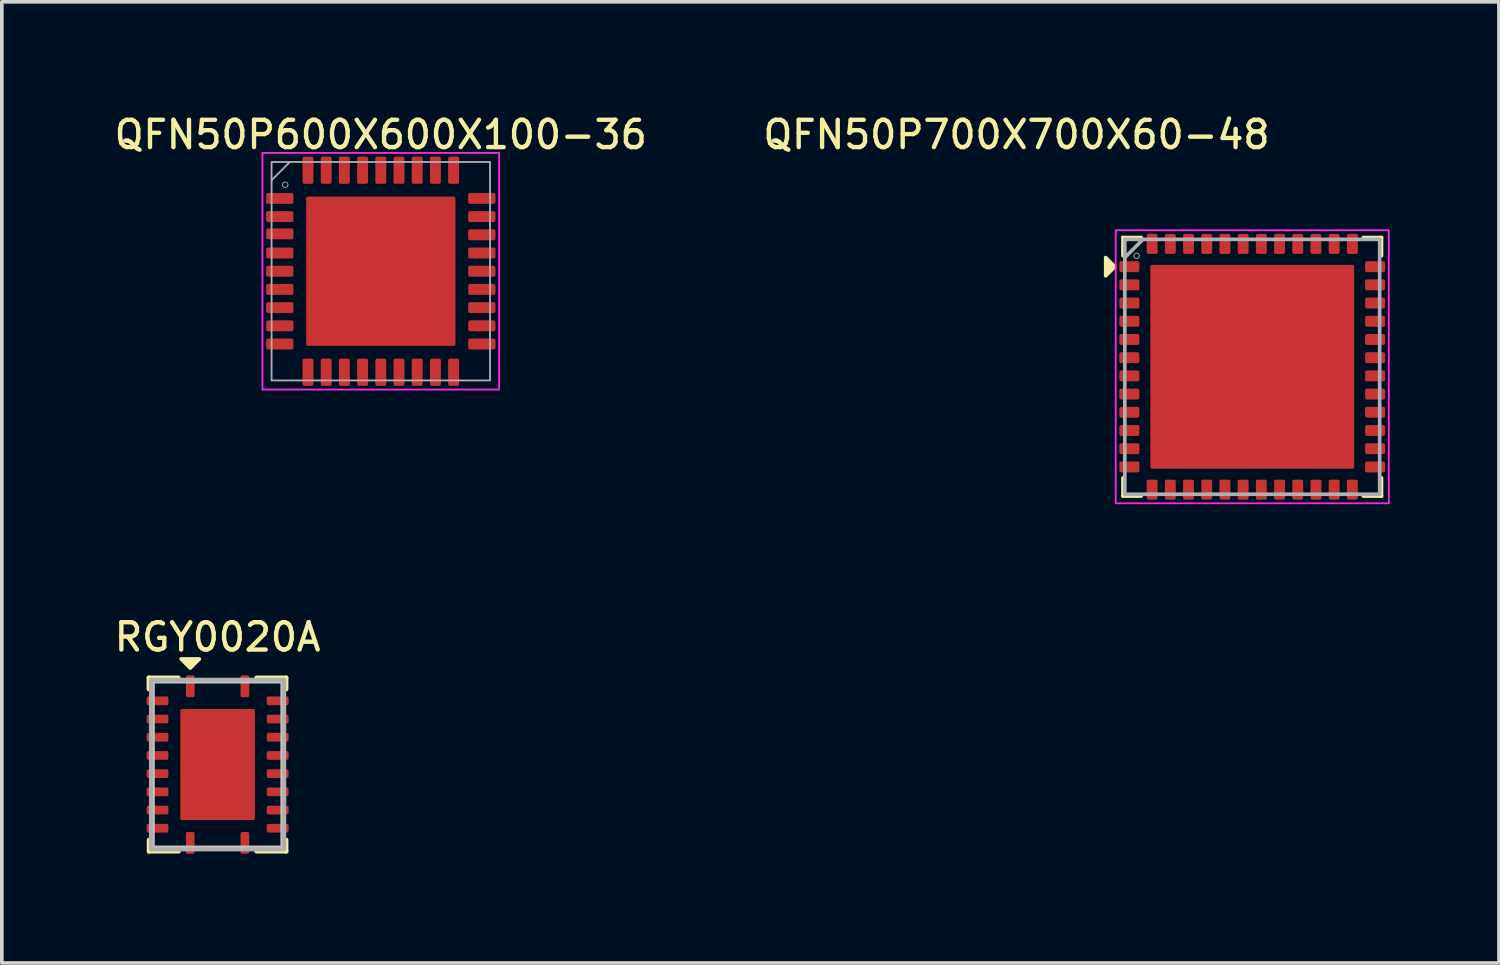
<source format=kicad_pcb>
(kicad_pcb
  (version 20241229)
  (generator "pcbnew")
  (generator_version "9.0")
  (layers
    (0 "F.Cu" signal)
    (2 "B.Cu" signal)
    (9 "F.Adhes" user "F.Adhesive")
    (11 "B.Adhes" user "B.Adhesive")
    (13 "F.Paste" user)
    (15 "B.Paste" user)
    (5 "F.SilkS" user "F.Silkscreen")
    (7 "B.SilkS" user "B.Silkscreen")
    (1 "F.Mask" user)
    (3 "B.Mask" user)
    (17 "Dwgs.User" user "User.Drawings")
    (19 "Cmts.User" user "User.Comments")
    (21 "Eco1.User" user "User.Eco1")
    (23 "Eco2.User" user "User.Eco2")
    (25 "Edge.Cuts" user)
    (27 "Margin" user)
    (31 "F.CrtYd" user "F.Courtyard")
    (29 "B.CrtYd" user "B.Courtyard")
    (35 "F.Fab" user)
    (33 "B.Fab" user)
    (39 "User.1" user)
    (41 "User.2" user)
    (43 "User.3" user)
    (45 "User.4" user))
  (footprint "RGY0020A"
    (layer "F.Cu")
    (at 2.926 17.949)
    (property "Reference" "RGY0020A" (at 0 -3.5 0) (unlocked yes) (layer "F.SilkS") (effects (font (size 0.75 0.75) (thickness 0.12))))
    (attr smd)
    (fp_line (start -1.89 -2.385) (end -1.89 -2.07) (stroke (width 0.12) (type default)) (layer "F.SilkS"))
    (fp_line (start -1.885 2.385) (end -1.885 2.07) (stroke (width 0.12) (type default)) (layer "F.SilkS"))
    (fp_line (start -1.075 -2.385) (end -1.89 -2.385) (stroke (width 0.12) (type default)) (layer "F.SilkS"))
    (fp_line (start -1.07 2.385) (end -1.885 2.385) (stroke (width 0.12) (type default)) (layer "F.SilkS"))
    (fp_line (start 1.07 -2.385) (end 1.885 -2.385) (stroke (width 0.12) (type default)) (layer "F.SilkS"))
    (fp_line (start 1.07 2.385) (end 1.885 2.385) (stroke (width 0.12) (type default)) (layer "F.SilkS"))
    (fp_line (start 1.885 -2.385) (end 1.885 -2.07) (stroke (width 0.12) (type default)) (layer "F.SilkS"))
    (fp_line (start 1.885 2.385) (end 1.885 2.07) (stroke (width 0.12) (type default)) (layer "F.SilkS"))
    (fp_poly (pts (xy -0.75 -2.65) (xy -1 -2.9) (xy -0.5 -2.9)) (stroke (width 0.1) (type solid)) (fill yes) (layer "F.SilkS"))
    (fp_rect (start -1.75 -2.25) (end 1.75 2.25) (stroke (width 0.05) (type default)) (fill no) (layer "Dwgs.User"))
    (fp_rect (start -1.825 -2.325) (end 1.825 2.325) (stroke (width 0.12) (type default)) (fill no) (layer "F.Fab"))
    (pad "1" smd roundrect (at -0.75 -2.15 90) (size 0.6 0.24) (layers "F.Cu" "F.Mask" "F.Paste") (roundrect_rratio 0.208))
    (pad "2" smd roundrect (at -1.65 -1.75) (size 0.6 0.24) (layers "F.Cu" "F.Mask" "F.Paste") (roundrect_rratio 0.208))
    (pad "3" smd roundrect (at -1.65 -1.25) (size 0.6 0.24) (layers "F.Cu" "F.Mask" "F.Paste") (roundrect_rratio 0.208))
    (pad "4" smd roundrect (at -1.65 -0.75) (size 0.6 0.24) (layers "F.Cu" "F.Mask" "F.Paste") (roundrect_rratio 0.208))
    (pad "5" smd roundrect (at -1.65 -0.25) (size 0.6 0.24) (layers "F.Cu" "F.Mask" "F.Paste") (roundrect_rratio 0.208))
    (pad "6" smd roundrect (at -1.65 0.25) (size 0.6 0.24) (layers "F.Cu" "F.Mask" "F.Paste") (roundrect_rratio 0.208))
    (pad "7" smd roundrect (at -1.65 0.75) (size 0.6 0.24) (layers "F.Cu" "F.Mask" "F.Paste") (roundrect_rratio 0.208))
    (pad "8" smd roundrect (at -1.65 1.25) (size 0.6 0.24) (layers "F.Cu" "F.Mask" "F.Paste") (roundrect_rratio 0.208))
    (pad "9" smd roundrect (at -1.65 1.75) (size 0.6 0.24) (layers "F.Cu" "F.Mask" "F.Paste") (roundrect_rratio 0.208))
    (pad "10" smd roundrect (at -0.75 2.15 90) (size 0.6 0.24) (layers "F.Cu" "F.Mask" "F.Paste") (roundrect_rratio 0.208))
    (pad "11" smd roundrect (at 0.75 2.15 90) (size 0.6 0.24) (layers "F.Cu" "F.Mask" "F.Paste") (roundrect_rratio 0.208))
    (pad "12" smd roundrect (at 1.65 1.75) (size 0.6 0.24) (layers "F.Cu" "F.Mask" "F.Paste") (roundrect_rratio 0.208))
    (pad "13" smd roundrect (at 1.65 1.25) (size 0.6 0.24) (layers "F.Cu" "F.Mask" "F.Paste") (roundrect_rratio 0.208))
    (pad "14" smd roundrect (at 1.65 0.75) (size 0.6 0.24) (layers "F.Cu" "F.Mask" "F.Paste") (roundrect_rratio 0.208))
    (pad "15" smd roundrect (at 1.65 0.25) (size 0.6 0.24) (layers "F.Cu" "F.Mask" "F.Paste") (roundrect_rratio 0.208))
    (pad "16" smd roundrect (at 1.65 -0.25) (size 0.6 0.24) (layers "F.Cu" "F.Mask" "F.Paste") (roundrect_rratio 0.208))
    (pad "17" smd roundrect (at 1.65 -0.75) (size 0.6 0.24) (layers "F.Cu" "F.Mask" "F.Paste") (roundrect_rratio 0.208))
    (pad "18" smd roundrect (at 1.65 -1.25) (size 0.6 0.24) (layers "F.Cu" "F.Mask" "F.Paste") (roundrect_rratio 0.208))
    (pad "19" smd roundrect (at 1.65 -1.75) (size 0.6 0.24) (layers "F.Cu" "F.Mask" "F.Paste") (roundrect_rratio 0.208))
    (pad "20" smd roundrect (at 0.75 -2.15 90) (size 0.6 0.24) (layers "F.Cu" "F.Mask" "F.Paste") (roundrect_rratio 0.208))
    (pad "21" smd roundrect (at 0 0 180) (size 2.05 3.05) (layers "F.Cu" "F.Mask" "F.Paste") (roundrect_rratio 0.024)))
  (footprint "QFN50P600X600X100-36"
    (layer "F.Cu")
    (at 7.409 4.399)
    (property "Reference" "QFN50P600X600X100-36" (at 0 -3.75 0) (unlocked yes) (layer "F.SilkS") (effects (font (size 0.75 0.75) (thickness 0.12))))
    (attr smd)
    (fp_rect (start -3.25 -3.25) (end 3.25 3.25) (stroke (width 0.05) (type default)) (fill no) (layer "F.CrtYd"))
    (fp_line (start -2.5 -3) (end -3 -2.5) (stroke (width 0.05) (type solid)) (layer "F.Fab"))
    (fp_rect (start -3 -3) (end 3 3) (stroke (width 0.05) (type solid)) (fill no) (layer "F.Fab"))
    (fp_circle (center -2.625 -2.375) (end -2.549 -2.375) (stroke (width 0.025) (type solid)) (fill no) (layer "F.Fab"))
    (pad "1" smd roundrect (at -2.775 -2) (size 0.75 0.3) (layers "F.Cu" "F.Mask" "F.Paste") (roundrect_rratio 0.167))
    (pad "2" smd roundrect (at -2.775 -1.5) (size 0.75 0.3) (layers "F.Cu" "F.Mask" "F.Paste") (roundrect_rratio 0.167))
    (pad "3" smd roundrect (at -2.775 -1.025) (size 0.75 0.3) (layers "F.Cu" "F.Mask" "F.Paste") (roundrect_rratio 0.167))
    (pad "4" smd roundrect (at -2.775 -0.5) (size 0.75 0.3) (layers "F.Cu" "F.Mask" "F.Paste") (roundrect_rratio 0.167))
    (pad "5" smd roundrect (at -2.775 0) (size 0.75 0.3) (layers "F.Cu" "F.Mask" "F.Paste") (roundrect_rratio 0.167))
    (pad "6" smd roundrect (at -2.775 0.5) (size 0.75 0.3) (layers "F.Cu" "F.Mask" "F.Paste") (roundrect_rratio 0.167))
    (pad "7" smd roundrect (at -2.775 1) (size 0.75 0.3) (layers "F.Cu" "F.Mask" "F.Paste") (roundrect_rratio 0.167))
    (pad "8" smd roundrect (at -2.775 1.5) (size 0.75 0.3) (layers "F.Cu" "F.Mask" "F.Paste") (roundrect_rratio 0.167))
    (pad "9" smd roundrect (at -2.775 2) (size 0.75 0.3) (layers "F.Cu" "F.Mask" "F.Paste") (roundrect_rratio 0.167))
    (pad "10" smd roundrect (at -2 2.775 90) (size 0.75 0.3) (layers "F.Cu" "F.Mask" "F.Paste") (roundrect_rratio 0.167))
    (pad "11" smd roundrect (at -1.5 2.775 90) (size 0.75 0.3) (layers "F.Cu" "F.Mask" "F.Paste") (roundrect_rratio 0.167))
    (pad "12" smd roundrect (at -1 2.775 90) (size 0.75 0.3) (layers "F.Cu" "F.Mask" "F.Paste") (roundrect_rratio 0.167))
    (pad "13" smd roundrect (at -0.5 2.775 90) (size 0.75 0.3) (layers "F.Cu" "F.Mask" "F.Paste") (roundrect_rratio 0.167))
    (pad "14" smd roundrect (at 0 2.775 90) (size 0.75 0.3) (layers "F.Cu" "F.Mask" "F.Paste") (roundrect_rratio 0.167))
    (pad "15" smd roundrect (at 0.5 2.775 90) (size 0.75 0.3) (layers "F.Cu" "F.Mask" "F.Paste") (roundrect_rratio 0.167))
    (pad "16" smd roundrect (at 1 2.775 90) (size 0.75 0.3) (layers "F.Cu" "F.Mask" "F.Paste") (roundrect_rratio 0.167))
    (pad "17" smd roundrect (at 1.5 2.775 90) (size 0.75 0.3) (layers "F.Cu" "F.Mask" "F.Paste") (roundrect_rratio 0.167))
    (pad "18" smd roundrect (at 2 2.775 90) (size 0.75 0.3) (layers "F.Cu" "F.Mask" "F.Paste") (roundrect_rratio 0.167))
    (pad "19" smd roundrect (at 2.775 2 180) (size 0.75 0.3) (layers "F.Cu" "F.Mask" "F.Paste") (roundrect_rratio 0.167))
    (pad "20" smd roundrect (at 2.775 1.5 180) (size 0.75 0.3) (layers "F.Cu" "F.Mask" "F.Paste") (roundrect_rratio 0.167))
    (pad "21" smd roundrect (at 2.775 1 180) (size 0.75 0.3) (layers "F.Cu" "F.Mask" "F.Paste") (roundrect_rratio 0.167))
    (pad "22" smd roundrect (at 2.775 0.5 180) (size 0.75 0.3) (layers "F.Cu" "F.Mask" "F.Paste") (roundrect_rratio 0.167))
    (pad "23" smd roundrect (at 2.775 0 180) (size 0.75 0.3) (layers "F.Cu" "F.Mask" "F.Paste") (roundrect_rratio 0.167))
    (pad "24" smd roundrect (at 2.775 -0.5 180) (size 0.75 0.3) (layers "F.Cu" "F.Mask" "F.Paste") (roundrect_rratio 0.167))
    (pad "25" smd roundrect (at 2.775 -1 180) (size 0.75 0.3) (layers "F.Cu" "F.Mask" "F.Paste") (roundrect_rratio 0.167))
    (pad "26" smd roundrect (at 2.775 -1.5 180) (size 0.75 0.3) (layers "F.Cu" "F.Mask" "F.Paste") (roundrect_rratio 0.167))
    (pad "27" smd roundrect (at 2.775 -2 180) (size 0.75 0.3) (layers "F.Cu" "F.Mask" "F.Paste") (roundrect_rratio 0.167))
    (pad "28" smd roundrect (at 2 -2.775 270) (size 0.75 0.3) (layers "F.Cu" "F.Mask" "F.Paste") (roundrect_rratio 0.167))
    (pad "29" smd roundrect (at 1.5 -2.775 270) (size 0.75 0.3) (layers "F.Cu" "F.Mask" "F.Paste") (roundrect_rratio 0.167))
    (pad "30" smd roundrect (at 1 -2.775 270) (size 0.75 0.3) (layers "F.Cu" "F.Mask" "F.Paste") (roundrect_rratio 0.167))
    (pad "31" smd roundrect (at 0.5 -2.775 270) (size 0.75 0.3) (layers "F.Cu" "F.Mask" "F.Paste") (roundrect_rratio 0.167))
    (pad "32" smd roundrect (at 0 -2.775 270) (size 0.75 0.3) (layers "F.Cu" "F.Mask" "F.Paste") (roundrect_rratio 0.167))
    (pad "33" smd roundrect (at -0.5 -2.775 270) (size 0.75 0.3) (layers "F.Cu" "F.Mask" "F.Paste") (roundrect_rratio 0.167))
    (pad "34" smd roundrect (at -1 -2.775 270) (size 0.75 0.3) (layers "F.Cu" "F.Mask" "F.Paste") (roundrect_rratio 0.167))
    (pad "35" smd roundrect (at -1.5 -2.775 270) (size 0.75 0.3) (layers "F.Cu" "F.Mask" "F.Paste") (roundrect_rratio 0.167))
    (pad "36" smd roundrect (at -2 -2.775 270) (size 0.75 0.3) (layers "F.Cu" "F.Mask" "F.Paste") (roundrect_rratio 0.167))
    (pad "37" smd roundrect (at 0 0) (size 4.1 4.1) (layers "F.Cu" "F.Mask" "F.Paste") (roundrect_rratio 0.012)))
  (footprint "QFN50P700X700X60-48"
    (layer "F.Cu")
    (at 31.344 7.024)
    (property "Reference" "QFN50P700X700X60-48" (at -6.475 -6.375 0) (unlocked yes) (layer "F.SilkS") (effects (font (size 0.75 0.75) (thickness 0.12))))
    (attr smd)
    (fp_line (start -3.55 -3.55) (end -3.55 -3.05) (stroke (width 0.1) (type default)) (layer "F.SilkS"))
    (fp_line (start -3.55 -3.55) (end -3.05 -3.55) (stroke (width 0.1) (type default)) (layer "F.SilkS"))
    (fp_line (start -3.55 3.55) (end -3.55 3.05) (stroke (width 0.1) (type default)) (layer "F.SilkS"))
    (fp_line (start -3.55 3.55) (end -3.05 3.55) (stroke (width 0.1) (type default)) (layer "F.SilkS"))
    (fp_line (start 3.55 -3.55) (end 3.05 -3.55) (stroke (width 0.1) (type default)) (layer "F.SilkS"))
    (fp_line (start 3.55 -3.55) (end 3.55 -3.05) (stroke (width 0.1) (type default)) (layer "F.SilkS"))
    (fp_line (start 3.55 3.55) (end 3.05 3.55) (stroke (width 0.1) (type default)) (layer "F.SilkS"))
    (fp_line (start 3.55 3.55) (end 3.55 3.05) (stroke (width 0.1) (type default)) (layer "F.SilkS"))
    (fp_poly (pts (xy -3.775 -2.75) (xy -4.025 -2.5) (xy -4.025 -3)) (stroke (width 0.1) (type solid)) (fill yes) (layer "F.SilkS"))
    (fp_rect (start -3.75 -3.75) (end 3.75 3.75) (stroke (width 0.05) (type solid)) (fill no) (layer "F.CrtYd"))
    (fp_line (start -3 -3.5) (end -3.5 -3) (stroke (width 0.1) (type default)) (layer "F.Fab"))
    (fp_rect (start -3.5 -3.5) (end 3.5 3.5) (stroke (width 0.1) (type solid)) (fill no) (layer "F.Fab"))
    (fp_circle (center -3.176 -3.05) (end -3.1 -3.05) (stroke (width 0.025) (type solid)) (fill no) (layer "F.Fab"))
    (pad "1" smd roundrect (at -3.375 -2.75) (size 0.55 0.3) (layers "F.Cu" "F.Mask" "F.Paste") (roundrect_rratio 0.167))
    (pad "2" smd roundrect (at -3.375 -2.25) (size 0.55 0.3) (layers "F.Cu" "F.Mask" "F.Paste") (roundrect_rratio 0.167))
    (pad "3" smd roundrect (at -3.375 -1.75) (size 0.55 0.3) (layers "F.Cu" "F.Mask" "F.Paste") (roundrect_rratio 0.167))
    (pad "4" smd roundrect (at -3.375 -1.25) (size 0.55 0.3) (layers "F.Cu" "F.Mask" "F.Paste") (roundrect_rratio 0.167))
    (pad "5" smd roundrect (at -3.375 -0.75) (size 0.55 0.3) (layers "F.Cu" "F.Mask" "F.Paste") (roundrect_rratio 0.167))
    (pad "6" smd roundrect (at -3.375 -0.25) (size 0.55 0.3) (layers "F.Cu" "F.Mask" "F.Paste") (roundrect_rratio 0.167))
    (pad "7" smd roundrect (at -3.375 0.25) (size 0.55 0.3) (layers "F.Cu" "F.Mask" "F.Paste") (roundrect_rratio 0.167))
    (pad "8" smd roundrect (at -3.375 0.75) (size 0.55 0.3) (layers "F.Cu" "F.Mask" "F.Paste") (roundrect_rratio 0.167))
    (pad "9" smd roundrect (at -3.375 1.25) (size 0.55 0.3) (layers "F.Cu" "F.Mask" "F.Paste") (roundrect_rratio 0.167))
    (pad "10" smd roundrect (at -3.375 1.75) (size 0.55 0.3) (layers "F.Cu" "F.Mask" "F.Paste") (roundrect_rratio 0.167))
    (pad "11" smd roundrect (at -3.375 2.25) (size 0.55 0.3) (layers "F.Cu" "F.Mask" "F.Paste") (roundrect_rratio 0.167))
    (pad "12" smd roundrect (at -3.375 2.75) (size 0.55 0.3) (layers "F.Cu" "F.Mask" "F.Paste") (roundrect_rratio 0.167))
    (pad "13" smd roundrect (at -2.75 3.375 90) (size 0.55 0.3) (layers "F.Cu" "F.Mask" "F.Paste") (roundrect_rratio 0.167))
    (pad "14" smd roundrect (at -2.25 3.375 90) (size 0.55 0.3) (layers "F.Cu" "F.Mask" "F.Paste") (roundrect_rratio 0.167))
    (pad "15" smd roundrect (at -1.75 3.375 90) (size 0.55 0.3) (layers "F.Cu" "F.Mask" "F.Paste") (roundrect_rratio 0.167))
    (pad "16" smd roundrect (at -1.25 3.375 90) (size 0.55 0.3) (layers "F.Cu" "F.Mask" "F.Paste") (roundrect_rratio 0.167))
    (pad "17" smd roundrect (at -0.75 3.375 90) (size 0.55 0.3) (layers "F.Cu" "F.Mask" "F.Paste") (roundrect_rratio 0.167))
    (pad "18" smd roundrect (at -0.25 3.375 90) (size 0.55 0.3) (layers "F.Cu" "F.Mask" "F.Paste") (roundrect_rratio 0.167))
    (pad "19" smd roundrect (at 0.25 3.375 90) (size 0.55 0.3) (layers "F.Cu" "F.Mask" "F.Paste") (roundrect_rratio 0.167))
    (pad "20" smd roundrect (at 0.75 3.375 90) (size 0.55 0.3) (layers "F.Cu" "F.Mask" "F.Paste") (roundrect_rratio 0.167))
    (pad "21" smd roundrect (at 1.25 3.375 90) (size 0.55 0.3) (layers "F.Cu" "F.Mask" "F.Paste") (roundrect_rratio 0.167))
    (pad "22" smd roundrect (at 1.75 3.375 90) (size 0.55 0.3) (layers "F.Cu" "F.Mask" "F.Paste") (roundrect_rratio 0.167))
    (pad "23" smd roundrect (at 2.25 3.375 90) (size 0.55 0.3) (layers "F.Cu" "F.Mask" "F.Paste") (roundrect_rratio 0.167))
    (pad "24" smd roundrect (at 2.75 3.375 90) (size 0.55 0.3) (layers "F.Cu" "F.Mask" "F.Paste") (roundrect_rratio 0.167))
    (pad "25" smd roundrect (at 3.375 2.75 180) (size 0.55 0.3) (layers "F.Cu" "F.Mask" "F.Paste") (roundrect_rratio 0.167))
    (pad "26" smd roundrect (at 3.375 2.25 180) (size 0.55 0.3) (layers "F.Cu" "F.Mask" "F.Paste") (roundrect_rratio 0.167))
    (pad "27" smd roundrect (at 3.375 1.75 180) (size 0.55 0.3) (layers "F.Cu" "F.Mask" "F.Paste") (roundrect_rratio 0.167))
    (pad "28" smd roundrect (at 3.375 1.25 180) (size 0.55 0.3) (layers "F.Cu" "F.Mask" "F.Paste") (roundrect_rratio 0.167))
    (pad "29" smd roundrect (at 3.375 0.75 180) (size 0.55 0.3) (layers "F.Cu" "F.Mask" "F.Paste") (roundrect_rratio 0.167))
    (pad "30" smd roundrect (at 3.375 0.25 180) (size 0.55 0.3) (layers "F.Cu" "F.Mask" "F.Paste") (roundrect_rratio 0.167))
    (pad "31" smd roundrect (at 3.375 -0.25 180) (size 0.55 0.3) (layers "F.Cu" "F.Mask" "F.Paste") (roundrect_rratio 0.167))
    (pad "32" smd roundrect (at 3.375 -0.75 180) (size 0.55 0.3) (layers "F.Cu" "F.Mask" "F.Paste") (roundrect_rratio 0.167))
    (pad "33" smd roundrect (at 3.375 -1.25 180) (size 0.55 0.3) (layers "F.Cu" "F.Mask" "F.Paste") (roundrect_rratio 0.167))
    (pad "34" smd roundrect (at 3.375 -1.75 180) (size 0.55 0.3) (layers "F.Cu" "F.Mask" "F.Paste") (roundrect_rratio 0.167))
    (pad "35" smd roundrect (at 3.375 -2.25 180) (size 0.55 0.3) (layers "F.Cu" "F.Mask" "F.Paste") (roundrect_rratio 0.167))
    (pad "36" smd roundrect (at 3.375 -2.75 180) (size 0.55 0.3) (layers "F.Cu" "F.Mask" "F.Paste") (roundrect_rratio 0.167))
    (pad "37" smd roundrect (at 2.75 -3.375 270) (size 0.55 0.3) (layers "F.Cu" "F.Mask" "F.Paste") (roundrect_rratio 0.167))
    (pad "38" smd roundrect (at 2.25 -3.375 270) (size 0.55 0.3) (layers "F.Cu" "F.Mask" "F.Paste") (roundrect_rratio 0.167))
    (pad "39" smd roundrect (at 1.75 -3.375 270) (size 0.55 0.3) (layers "F.Cu" "F.Mask" "F.Paste") (roundrect_rratio 0.167))
    (pad "40" smd roundrect (at 1.25 -3.375 270) (size 0.55 0.3) (layers "F.Cu" "F.Mask" "F.Paste") (roundrect_rratio 0.167))
    (pad "41" smd roundrect (at 0.75 -3.375 270) (size 0.55 0.3) (layers "F.Cu" "F.Mask" "F.Paste") (roundrect_rratio 0.167))
    (pad "42" smd roundrect (at 0.25 -3.375 270) (size 0.55 0.3) (layers "F.Cu" "F.Mask" "F.Paste") (roundrect_rratio 0.167))
    (pad "43" smd roundrect (at -0.25 -3.375 270) (size 0.55 0.3) (layers "F.Cu" "F.Mask" "F.Paste") (roundrect_rratio 0.167))
    (pad "44" smd roundrect (at -0.75 -3.375 270) (size 0.55 0.3) (layers "F.Cu" "F.Mask" "F.Paste") (roundrect_rratio 0.167))
    (pad "45" smd roundrect (at -1.25 -3.375 270) (size 0.55 0.3) (layers "F.Cu" "F.Mask" "F.Paste") (roundrect_rratio 0.167))
    (pad "46" smd roundrect (at -1.75 -3.375 270) (size 0.55 0.3) (layers "F.Cu" "F.Mask" "F.Paste") (roundrect_rratio 0.167))
    (pad "47" smd roundrect (at -2.25 -3.375 270) (size 0.55 0.3) (layers "F.Cu" "F.Mask" "F.Paste") (roundrect_rratio 0.167))
    (pad "48" smd roundrect (at -2.75 -3.375 270) (size 0.55 0.3) (layers "F.Cu" "F.Mask" "F.Paste") (roundrect_rratio 0.167))
    (pad "49" smd roundrect (at 0 0) (size 5.6 5.6) (layers "F.Cu" "F.Mask" "F.Paste") (roundrect_rratio 0.009)))
  (gr_rect
    (start -3 -3)
    (end 38.119 23.399)
    (stroke (width 0.1) (type default))
    (fill no)
    (layer "Edge.Cuts")))
</source>
